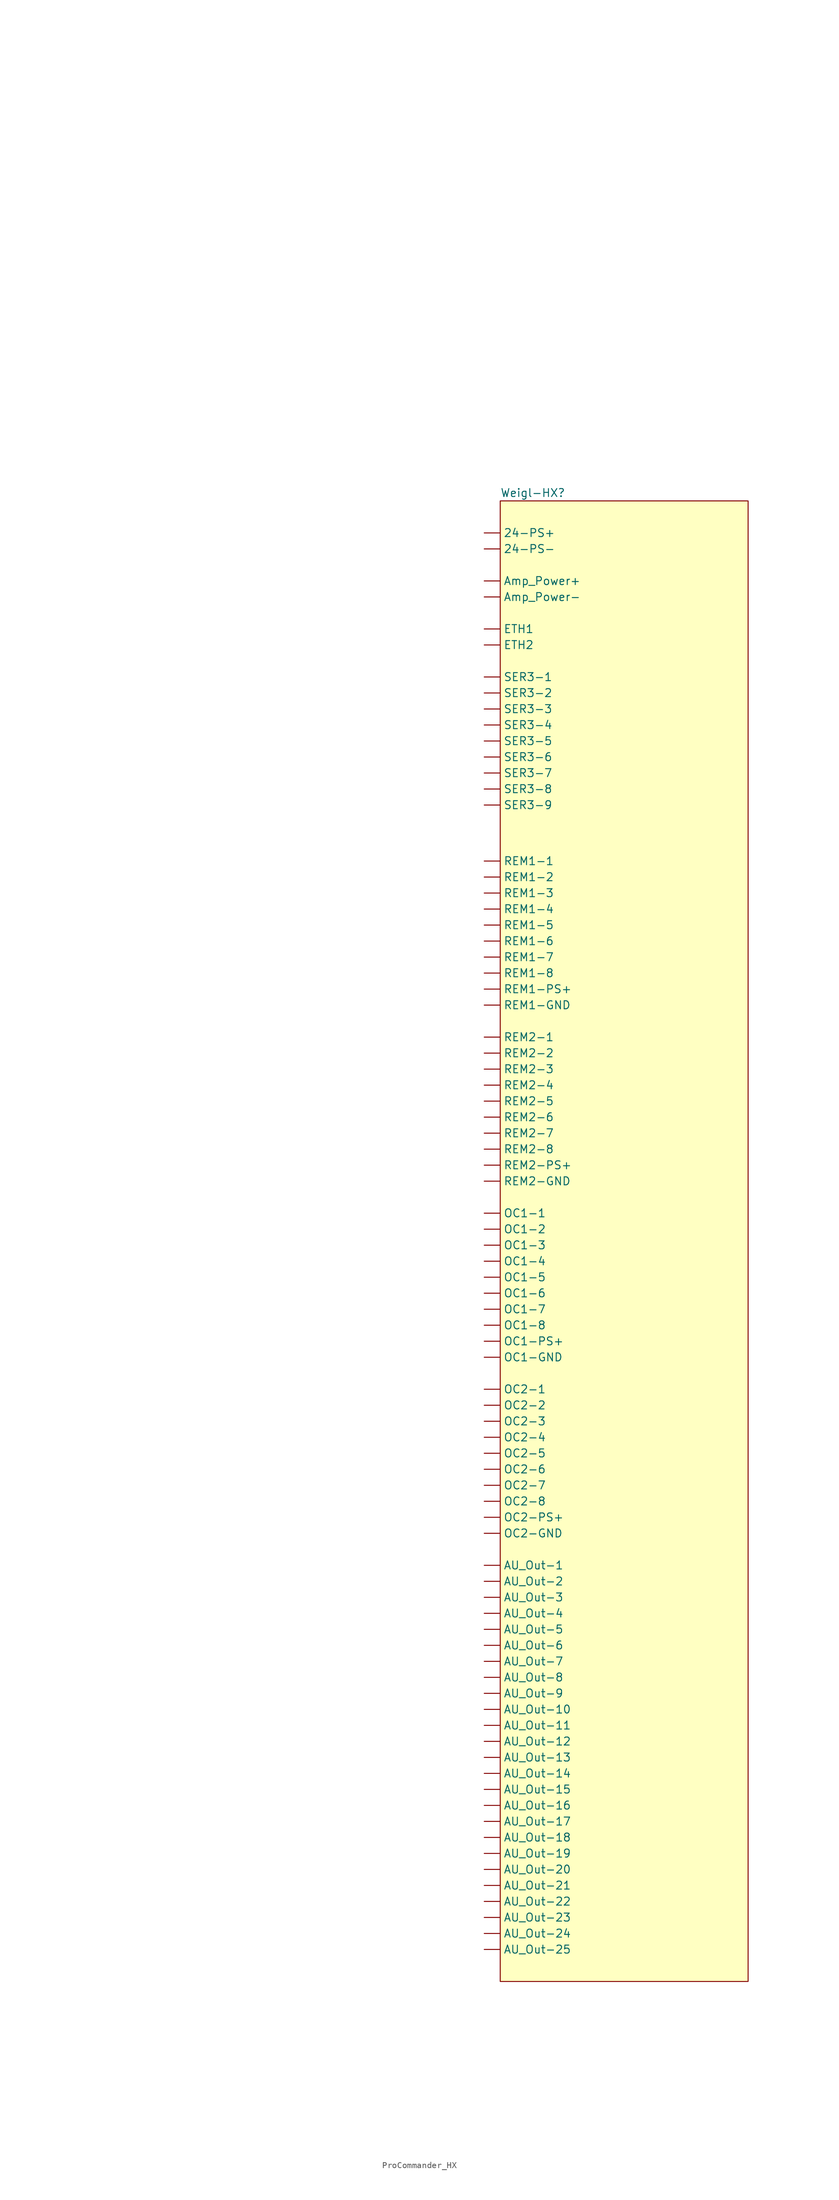
<source format=kicad_sym>
(kicad_symbol_lib
  (version 20220914)
  (generator kicad_symbol_editor)
  (symbol "ProCommander_HX"
    (property "Reference" "Weigl-HX"
      (at 0 53.34 0)
      (effects (font (size 1.27 1.27)) (justify left)))
    (property "Value" ""
      (at -64.77 99.06 0)
      (effects (font (size 1.27 1.27))))
    (symbol "ProCommander_HX_0_0"
      (pin unspecified line (at -2.54 -139.7 0) (length 2.54) (name "AU_Out-10" (effects (font (size 1.27 1.27)))) (number "" (effects (font (size 1.27 1.27)))))
      (pin unspecified line (at -2.54 -142.24 0) (length 2.54) (name "AU_Out-11" (effects (font (size 1.27 1.27)))) (number "" (effects (font (size 1.27 1.27)))))
      (pin unspecified line (at -2.54 -144.78 0) (length 2.54) (name "AU_Out-12" (effects (font (size 1.27 1.27)))) (number "" (effects (font (size 1.27 1.27)))))
      (pin unspecified line (at -2.54 -147.32 0) (length 2.54) (name "AU_Out-13" (effects (font (size 1.27 1.27)))) (number "" (effects (font (size 1.27 1.27)))))
      (pin unspecified line (at -2.54 -149.86 0) (length 2.54) (name "AU_Out-14" (effects (font (size 1.27 1.27)))) (number "" (effects (font (size 1.27 1.27)))))
      (pin unspecified line (at -2.54 -152.4 0) (length 2.54) (name "AU_Out-15" (effects (font (size 1.27 1.27)))) (number "" (effects (font (size 1.27 1.27)))))
      (pin unspecified line (at -2.54 -154.94 0) (length 2.54) (name "AU_Out-16" (effects (font (size 1.27 1.27)))) (number "" (effects (font (size 1.27 1.27)))))
      (pin unspecified line (at -2.54 -157.48 0) (length 2.54) (name "AU_Out-17" (effects (font (size 1.27 1.27)))) (number "" (effects (font (size 1.27 1.27)))))
      (pin unspecified line (at -2.54 -160.02 0) (length 2.54) (name "AU_Out-18" (effects (font (size 1.27 1.27)))) (number "" (effects (font (size 1.27 1.27)))))
      (pin unspecified line (at -2.54 -162.56 0) (length 2.54) (name "AU_Out-19" (effects (font (size 1.27 1.27)))) (number "" (effects (font (size 1.27 1.27)))))
      (pin unspecified line (at -2.54 -119.38 0) (length 2.54) (name "AU_Out-2" (effects (font (size 1.27 1.27)))) (number "" (effects (font (size 1.27 1.27)))))
      (pin unspecified line (at -2.54 -165.1 0) (length 2.54) (name "AU_Out-20" (effects (font (size 1.27 1.27)))) (number "" (effects (font (size 1.27 1.27)))))
      (pin unspecified line (at -2.54 -167.64 0) (length 2.54) (name "AU_Out-21" (effects (font (size 1.27 1.27)))) (number "" (effects (font (size 1.27 1.27)))))
      (pin unspecified line (at -2.54 -170.18 0) (length 2.54) (name "AU_Out-22" (effects (font (size 1.27 1.27)))) (number "" (effects (font (size 1.27 1.27)))))
      (pin unspecified line (at -2.54 -172.72 0) (length 2.54) (name "AU_Out-23" (effects (font (size 1.27 1.27)))) (number "" (effects (font (size 1.27 1.27)))))
      (pin unspecified line (at -2.54 -175.26 0) (length 2.54) (name "AU_Out-24" (effects (font (size 1.27 1.27)))) (number "" (effects (font (size 1.27 1.27)))))
      (pin unspecified line (at -2.54 -177.8 0) (length 2.54) (name "AU_Out-25" (effects (font (size 1.27 1.27)))) (number "" (effects (font (size 1.27 1.27)))))
      (pin unspecified line (at -2.54 -121.92 0) (length 2.54) (name "AU_Out-3" (effects (font (size 1.27 1.27)))) (number "" (effects (font (size 1.27 1.27)))))
      (pin unspecified line (at -2.54 -124.46 0) (length 2.54) (name "AU_Out-4" (effects (font (size 1.27 1.27)))) (number "" (effects (font (size 1.27 1.27)))))
      (pin unspecified line (at -2.54 -127 0) (length 2.54) (name "AU_Out-5" (effects (font (size 1.27 1.27)))) (number "" (effects (font (size 1.27 1.27)))))
      (pin unspecified line (at -2.54 -129.54 0) (length 2.54) (name "AU_Out-6" (effects (font (size 1.27 1.27)))) (number "" (effects (font (size 1.27 1.27)))))
      (pin unspecified line (at -2.54 -132.08 0) (length 2.54) (name "AU_Out-7" (effects (font (size 1.27 1.27)))) (number "" (effects (font (size 1.27 1.27)))))
      (pin unspecified line (at -2.54 -134.62 0) (length 2.54) (name "AU_Out-8" (effects (font (size 1.27 1.27)))) (number "" (effects (font (size 1.27 1.27)))))
      (pin unspecified line (at -2.54 -137.16 0) (length 2.54) (name "AU_Out-9" (effects (font (size 1.27 1.27)))) (number "" (effects (font (size 1.27 1.27)))))
      (pin unspecified line (at -2.54 31.75 0) (length 2.54) (name "ETH1" (effects (font (size 1.27 1.27)))) (number "" (effects (font (size 1.27 1.27)))))
      (pin unspecified line (at -2.54 29.21 0) (length 2.54) (name "ETH2" (effects (font (size 1.27 1.27)))) (number "" (effects (font (size 1.27 1.27)))))
      (pin unspecified line (at -2.54 -60.96 0) (length 2.54) (name "OC1-1" (effects (font (size 1.27 1.27)))) (number "" (effects (font (size 1.27 1.27)))))
      (pin unspecified line (at -2.54 -63.5 0) (length 2.54) (name "OC1-2" (effects (font (size 1.27 1.27)))) (number "" (effects (font (size 1.27 1.27)))))
      (pin unspecified line (at -2.54 -66.04 0) (length 2.54) (name "OC1-3" (effects (font (size 1.27 1.27)))) (number "" (effects (font (size 1.27 1.27)))))
      (pin unspecified line (at -2.54 -68.58 0) (length 2.54) (name "OC1-4" (effects (font (size 1.27 1.27)))) (number "" (effects (font (size 1.27 1.27)))))
      (pin unspecified line (at -2.54 -71.12 0) (length 2.54) (name "OC1-5" (effects (font (size 1.27 1.27)))) (number "" (effects (font (size 1.27 1.27)))))
      (pin unspecified line (at -2.54 -73.66 0) (length 2.54) (name "OC1-6" (effects (font (size 1.27 1.27)))) (number "" (effects (font (size 1.27 1.27)))))
      (pin unspecified line (at -2.54 -76.2 0) (length 2.54) (name "OC1-7" (effects (font (size 1.27 1.27)))) (number "" (effects (font (size 1.27 1.27)))))
      (pin unspecified line (at -2.54 -78.74 0) (length 2.54) (name "OC1-8" (effects (font (size 1.27 1.27)))) (number "" (effects (font (size 1.27 1.27)))))
      (pin unspecified line (at -2.54 -83.82 0) (length 2.54) (name "OC1-GND" (effects (font (size 1.27 1.27)))) (number "" (effects (font (size 1.27 1.27)))))
      (pin unspecified line (at -2.54 -81.28 0) (length 2.54) (name "OC1-PS+" (effects (font (size 1.27 1.27)))) (number "" (effects (font (size 1.27 1.27)))))
      (pin unspecified line (at -2.54 -88.9 0) (length 2.54) (name "OC2-1" (effects (font (size 1.27 1.27)))) (number "" (effects (font (size 1.27 1.27)))))
      (pin unspecified line (at -2.54 -91.44 0) (length 2.54) (name "OC2-2" (effects (font (size 1.27 1.27)))) (number "" (effects (font (size 1.27 1.27)))))
      (pin unspecified line (at -2.54 -93.98 0) (length 2.54) (name "OC2-3" (effects (font (size 1.27 1.27)))) (number "" (effects (font (size 1.27 1.27)))))
      (pin unspecified line (at -2.54 -96.52 0) (length 2.54) (name "OC2-4" (effects (font (size 1.27 1.27)))) (number "" (effects (font (size 1.27 1.27)))))
      (pin unspecified line (at -2.54 -99.06 0) (length 2.54) (name "OC2-5" (effects (font (size 1.27 1.27)))) (number "" (effects (font (size 1.27 1.27)))))
      (pin unspecified line (at -2.54 -101.6 0) (length 2.54) (name "OC2-6" (effects (font (size 1.27 1.27)))) (number "" (effects (font (size 1.27 1.27)))))
      (pin unspecified line (at -2.54 -104.14 0) (length 2.54) (name "OC2-7" (effects (font (size 1.27 1.27)))) (number "" (effects (font (size 1.27 1.27)))))
      (pin unspecified line (at -2.54 -106.68 0) (length 2.54) (name "OC2-8" (effects (font (size 1.27 1.27)))) (number "" (effects (font (size 1.27 1.27)))))
      (pin unspecified line (at -2.54 -111.76 0) (length 2.54) (name "OC2-GND" (effects (font (size 1.27 1.27)))) (number "" (effects (font (size 1.27 1.27)))))
      (pin unspecified line (at -2.54 -109.22 0) (length 2.54) (name "OC2-PS+" (effects (font (size 1.27 1.27)))) (number "" (effects (font (size 1.27 1.27)))))
      (pin unspecified line (at -2.54 -5.08 0) (length 2.54) (name "REM1-1" (effects (font (size 1.27 1.27)))) (number "" (effects (font (size 1.27 1.27)))))
      (pin unspecified line (at -2.54 -7.62 0) (length 2.54) (name "REM1-2" (effects (font (size 1.27 1.27)))) (number "" (effects (font (size 1.27 1.27)))))
      (pin unspecified line (at -2.54 -10.16 0) (length 2.54) (name "REM1-3" (effects (font (size 1.27 1.27)))) (number "" (effects (font (size 1.27 1.27)))))
      (pin unspecified line (at -2.54 -12.7 0) (length 2.54) (name "REM1-4" (effects (font (size 1.27 1.27)))) (number "" (effects (font (size 1.27 1.27)))))
      (pin unspecified line (at -2.54 -15.24 0) (length 2.54) (name "REM1-5" (effects (font (size 1.27 1.27)))) (number "" (effects (font (size 1.27 1.27)))))
      (pin unspecified line (at -2.54 -17.78 0) (length 2.54) (name "REM1-6" (effects (font (size 1.27 1.27)))) (number "" (effects (font (size 1.27 1.27)))))
      (pin unspecified line (at -2.54 -20.32 0) (length 2.54) (name "REM1-7" (effects (font (size 1.27 1.27)))) (number "" (effects (font (size 1.27 1.27)))))
      (pin unspecified line (at -2.54 -22.86 0) (length 2.54) (name "REM1-8" (effects (font (size 1.27 1.27)))) (number "" (effects (font (size 1.27 1.27)))))
      (pin unspecified line (at -2.54 -27.94 0) (length 2.54) (name "REM1-GND" (effects (font (size 1.27 1.27)))) (number "" (effects (font (size 1.27 1.27)))))
      (pin unspecified line (at -2.54 -25.4 0) (length 2.54) (name "REM1-PS+" (effects (font (size 1.27 1.27)))) (number "" (effects (font (size 1.27 1.27)))))
      (pin unspecified line (at -2.54 -33.02 0) (length 2.54) (name "REM2-1" (effects (font (size 1.27 1.27)))) (number "" (effects (font (size 1.27 1.27)))))
      (pin unspecified line (at -2.54 -35.56 0) (length 2.54) (name "REM2-2" (effects (font (size 1.27 1.27)))) (number "" (effects (font (size 1.27 1.27)))))
      (pin unspecified line (at -2.54 -38.1 0) (length 2.54) (name "REM2-3" (effects (font (size 1.27 1.27)))) (number "" (effects (font (size 1.27 1.27)))))
      (pin unspecified line (at -2.54 -40.64 0) (length 2.54) (name "REM2-4" (effects (font (size 1.27 1.27)))) (number "" (effects (font (size 1.27 1.27)))))
      (pin unspecified line (at -2.54 -43.18 0) (length 2.54) (name "REM2-5" (effects (font (size 1.27 1.27)))) (number "" (effects (font (size 1.27 1.27)))))
      (pin unspecified line (at -2.54 -45.72 0) (length 2.54) (name "REM2-6" (effects (font (size 1.27 1.27)))) (number "" (effects (font (size 1.27 1.27)))))
      (pin unspecified line (at -2.54 -48.26 0) (length 2.54) (name "REM2-7" (effects (font (size 1.27 1.27)))) (number "" (effects (font (size 1.27 1.27)))))
      (pin unspecified line (at -2.54 -50.8 0) (length 2.54) (name "REM2-8" (effects (font (size 1.27 1.27)))) (number "" (effects (font (size 1.27 1.27)))))
      (pin unspecified line (at -2.54 -55.88 0) (length 2.54) (name "REM2-GND" (effects (font (size 1.27 1.27)))) (number "" (effects (font (size 1.27 1.27)))))
      (pin unspecified line (at -2.54 -53.34 0) (length 2.54) (name "REM2-PS+" (effects (font (size 1.27 1.27)))) (number "" (effects (font (size 1.27 1.27)))))
      (pin unspecified line (at -2.54 21.59 0) (length 2.54) (name "SER3-2" (effects (font (size 1.27 1.27)))) (number "" (effects (font (size 1.27 1.27)))))
      (pin unspecified line (at -2.54 19.05 0) (length 2.54) (name "SER3-3" (effects (font (size 1.27 1.27)))) (number "" (effects (font (size 1.27 1.27)))))
      (pin unspecified line (at -2.54 16.51 0) (length 2.54) (name "SER3-4" (effects (font (size 1.27 1.27)))) (number "" (effects (font (size 1.27 1.27)))))
      (pin unspecified line (at -2.54 13.97 0) (length 2.54) (name "SER3-5" (effects (font (size 1.27 1.27)))) (number "" (effects (font (size 1.27 1.27)))))
      (pin unspecified line (at -2.54 11.43 0) (length 2.54) (name "SER3-6" (effects (font (size 1.27 1.27)))) (number "" (effects (font (size 1.27 1.27)))))
      (pin unspecified line (at -2.54 8.89 0) (length 2.54) (name "SER3-7" (effects (font (size 1.27 1.27)))) (number "" (effects (font (size 1.27 1.27)))))
      (pin unspecified line (at -2.54 6.35 0) (length 2.54) (name "SER3-8" (effects (font (size 1.27 1.27)))) (number "" (effects (font (size 1.27 1.27)))))
      (pin unspecified line (at -2.54 3.81 0) (length 2.54) (name "SER3-9" (effects (font (size 1.27 1.27)))) (number "" (effects (font (size 1.27 1.27))))))
    (symbol "ProCommander_HX_1_0"
      (pin unspecified line (at -2.54 46.99 0) (length 2.54) (name "24-PS+" (effects (font (size 1.27 1.27)))) (number "" (effects (font (size 1.27 1.27)))))
      (pin unspecified line (at -2.54 44.45 0) (length 2.54) (name "24-PS-" (effects (font (size 1.27 1.27)))) (number "" (effects (font (size 1.27 1.27)))))
      (pin unspecified line (at -2.54 -116.84 0) (length 2.54) (name "AU_Out-1" (effects (font (size 1.27 1.27)))) (number "" (effects (font (size 1.27 1.27)))))
      (pin unspecified line (at -2.54 39.37 0) (length 2.54) (name "Amp_Power+" (effects (font (size 1.27 1.27)))) (number "" (effects (font (size 1.27 1.27)))))
      (pin unspecified line (at -2.54 36.83 0) (length 2.54) (name "Amp_Power-" (effects (font (size 1.27 1.27)))) (number "" (effects (font (size 1.27 1.27)))))
      (pin unspecified line (at -2.54 24.13 0) (length 2.54) (name "SER3-1" (effects (font (size 1.27 1.27)))) (number "" (effects (font (size 1.27 1.27))))))
    (symbol "ProCommander_HX_1_1"
      (rectangle (start 0 52.07) (end 39.37 -182.88) (stroke (width 0) (type default)) (fill (type background))))))
</source>
